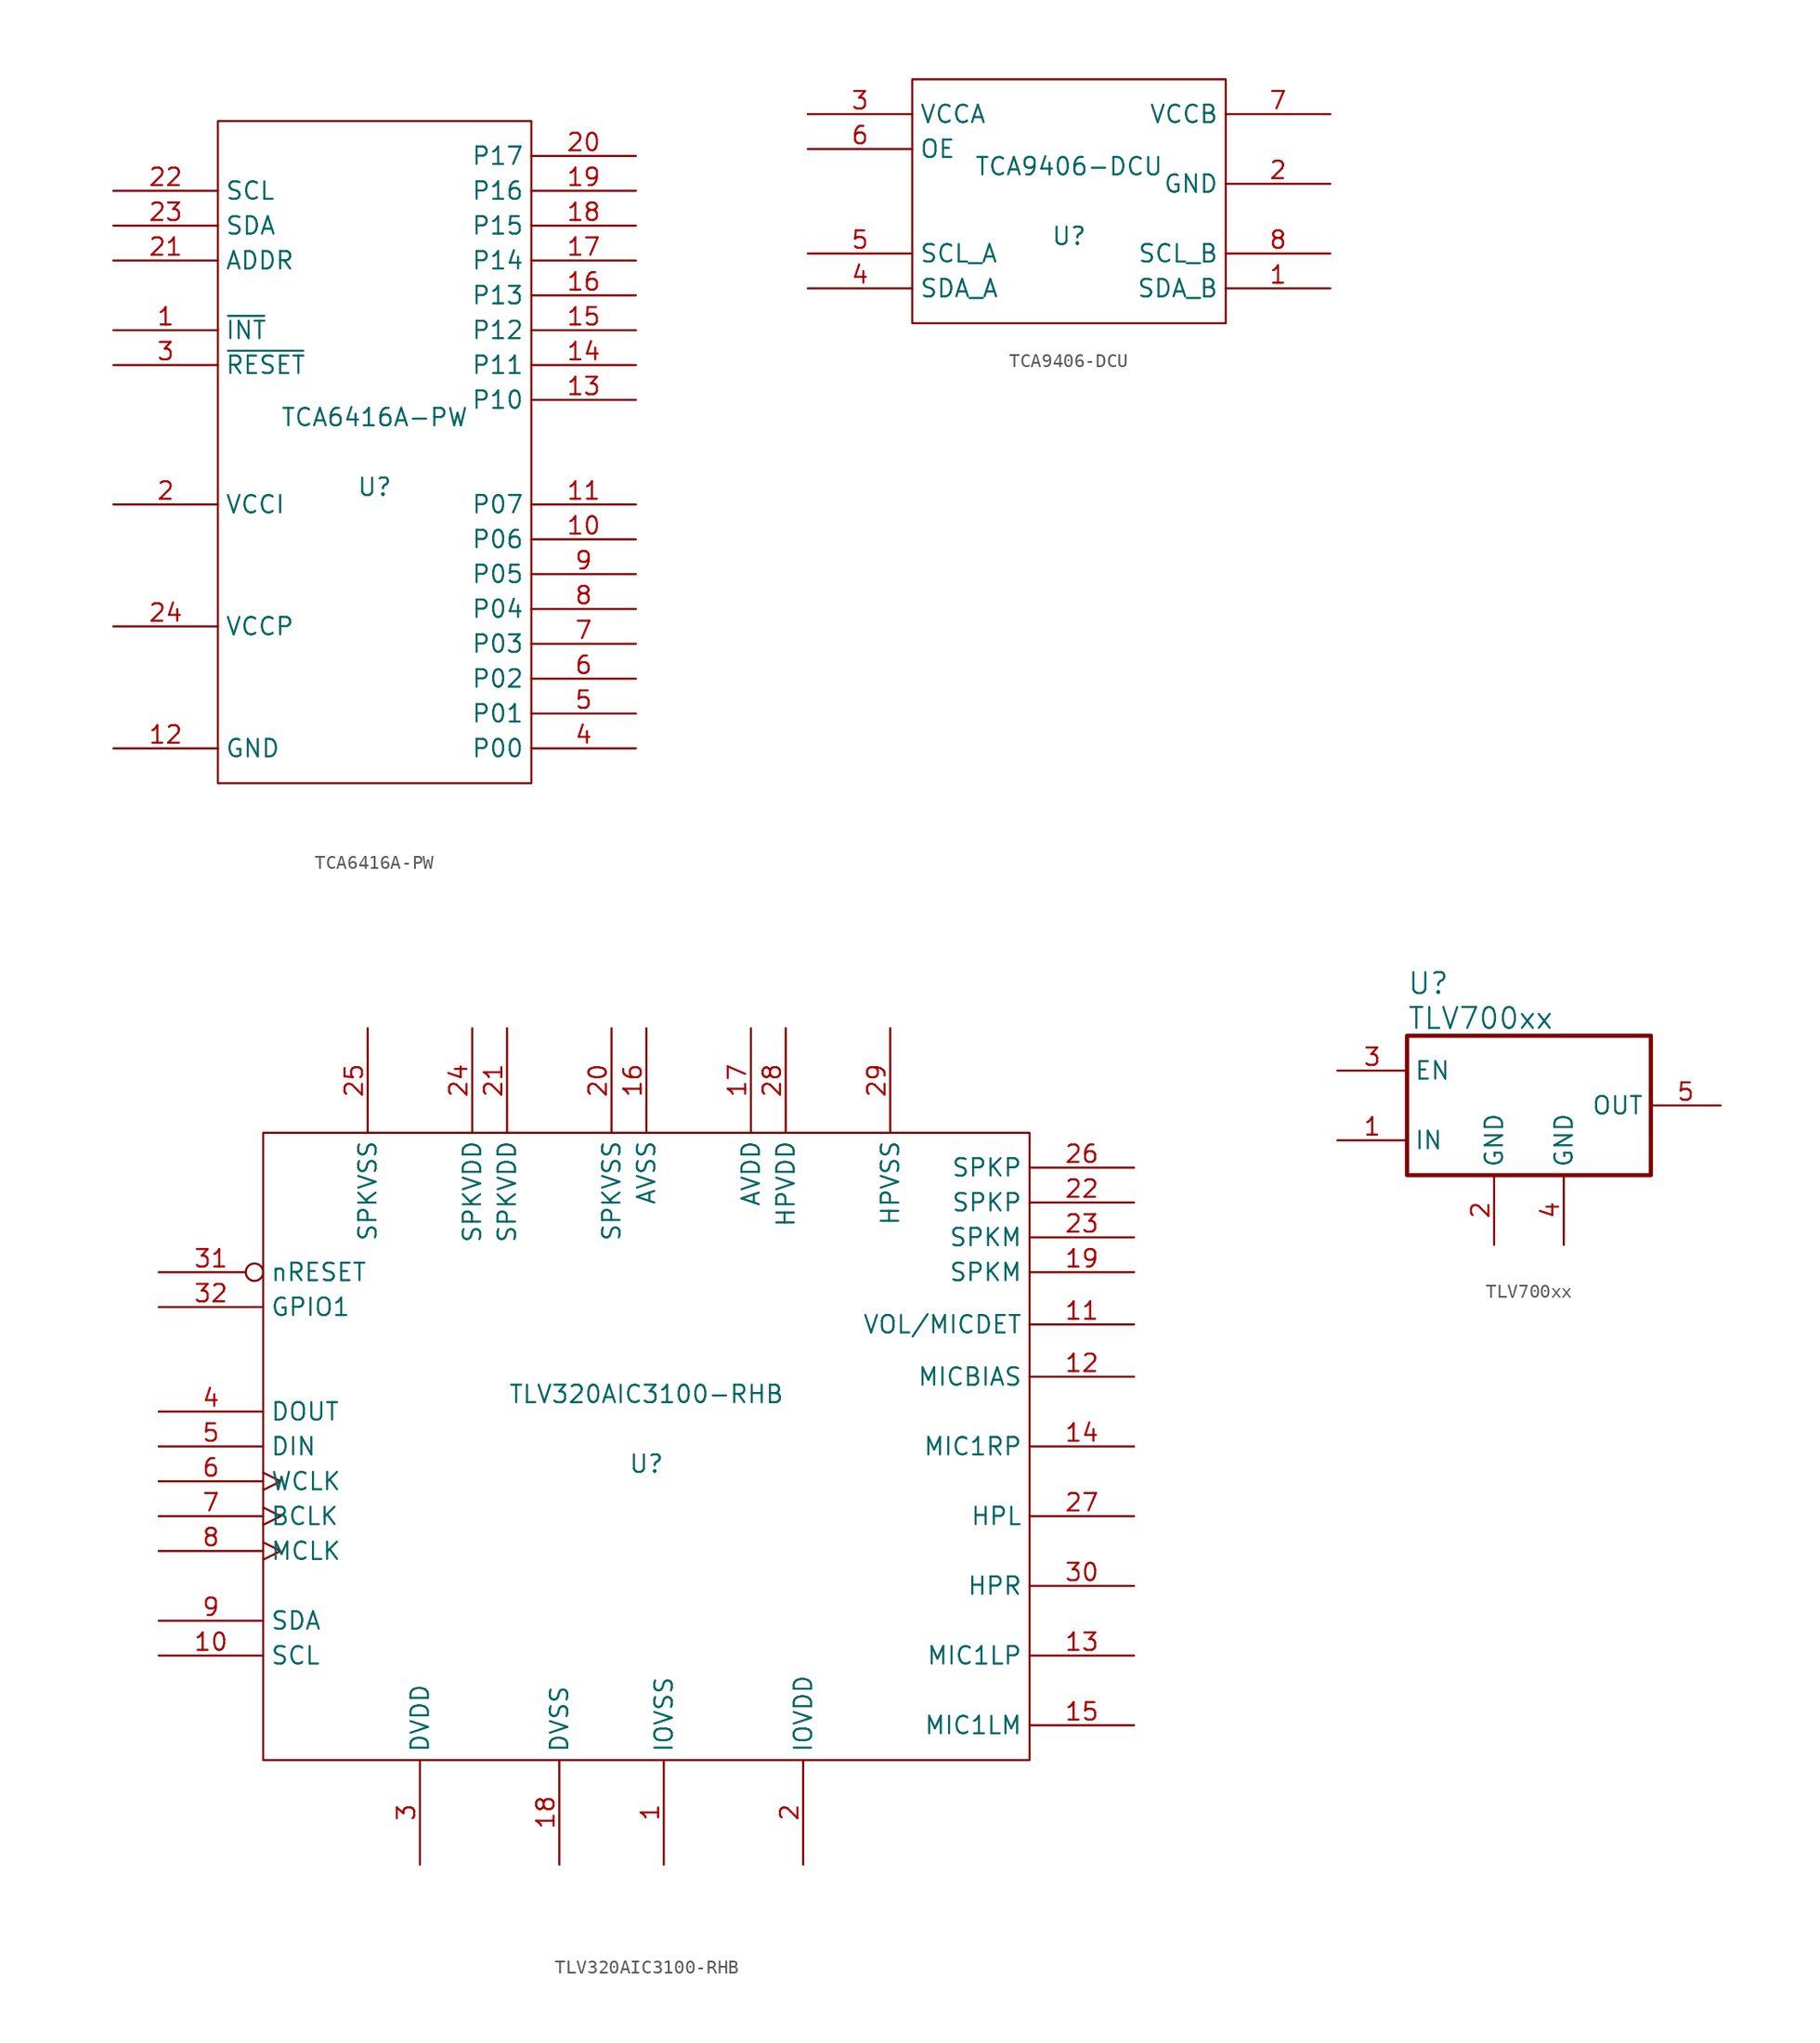
<source format=kicad_sym>
(kicad_symbol_lib
  (version 20200126)
  (host kicad_symbol_editor "(5.99.0-2195-g476558ece)")
  (symbol "ti:TCA6416A-PW"
    (property "Reference" "U"
      (at 0 -2.54 0)
      (effects (font (size 1.27 1.27))))
    (property "Value" "TCA6416A-PW"
      (at 0 2.54 0)
      (effects (font (size 1.27 1.27))))
    (symbol "TCA6416A-PW_1_0"
      (rectangle (start -11.43 -24.13) (end 11.43 24.13) (stroke (width 0)) (fill (type none))))
    (symbol "TCA6416A-PW_1_1"
      (pin output line (at -19.05 8.89 0) (length 7.62) (name "~INT" (effects (font (size 1.27 1.27)))) (number "1" (effects (font (size 1.27 1.27)))))
      (pin bidirectional line (at 19.05 -6.35 180) (length 7.62) (name "P06" (effects (font (size 1.27 1.27)))) (number "10" (effects (font (size 1.27 1.27)))))
      (pin bidirectional line (at 19.05 -3.81 180) (length 7.62) (name "P07" (effects (font (size 1.27 1.27)))) (number "11" (effects (font (size 1.27 1.27)))))
      (pin power_in line (at -19.05 -21.59 0) (length 7.62) (name "GND" (effects (font (size 1.27 1.27)))) (number "12" (effects (font (size 1.27 1.27)))))
      (pin bidirectional line (at 19.05 3.81 180) (length 7.62) (name "P10" (effects (font (size 1.27 1.27)))) (number "13" (effects (font (size 1.27 1.27)))))
      (pin bidirectional line (at 19.05 6.35 180) (length 7.62) (name "P11" (effects (font (size 1.27 1.27)))) (number "14" (effects (font (size 1.27 1.27)))))
      (pin bidirectional line (at 19.05 8.89 180) (length 7.62) (name "P12" (effects (font (size 1.27 1.27)))) (number "15" (effects (font (size 1.27 1.27)))))
      (pin bidirectional line (at 19.05 11.43 180) (length 7.62) (name "P13" (effects (font (size 1.27 1.27)))) (number "16" (effects (font (size 1.27 1.27)))))
      (pin bidirectional line (at 19.05 13.97 180) (length 7.62) (name "P14" (effects (font (size 1.27 1.27)))) (number "17" (effects (font (size 1.27 1.27)))))
      (pin bidirectional line (at 19.05 16.51 180) (length 7.62) (name "P15" (effects (font (size 1.27 1.27)))) (number "18" (effects (font (size 1.27 1.27)))))
      (pin bidirectional line (at 19.05 19.05 180) (length 7.62) (name "P16" (effects (font (size 1.27 1.27)))) (number "19" (effects (font (size 1.27 1.27)))))
      (pin power_in line (at -19.05 -3.81 0) (length 7.62) (name "VCCI" (effects (font (size 1.27 1.27)))) (number "2" (effects (font (size 1.27 1.27)))))
      (pin bidirectional line (at 19.05 21.59 180) (length 7.62) (name "P17" (effects (font (size 1.27 1.27)))) (number "20" (effects (font (size 1.27 1.27)))))
      (pin input line (at -19.05 13.97 0) (length 7.62) (name "ADDR" (effects (font (size 1.27 1.27)))) (number "21" (effects (font (size 1.27 1.27)))))
      (pin open_collector line (at -19.05 19.05 0) (length 7.62) (name "SCL" (effects (font (size 1.27 1.27)))) (number "22" (effects (font (size 1.27 1.27)))))
      (pin open_collector line (at -19.05 16.51 0) (length 7.62) (name "SDA" (effects (font (size 1.27 1.27)))) (number "23" (effects (font (size 1.27 1.27)))))
      (pin power_in line (at -19.05 -12.7 0) (length 7.62) (name "VCCP" (effects (font (size 1.27 1.27)))) (number "24" (effects (font (size 1.27 1.27)))))
      (pin input line (at -19.05 6.35 0) (length 7.62) (name "~RESET" (effects (font (size 1.27 1.27)))) (number "3" (effects (font (size 1.27 1.27)))))
      (pin bidirectional line (at 19.05 -21.59 180) (length 7.62) (name "P00" (effects (font (size 1.27 1.27)))) (number "4" (effects (font (size 1.27 1.27)))))
      (pin bidirectional line (at 19.05 -19.05 180) (length 7.62) (name "P01" (effects (font (size 1.27 1.27)))) (number "5" (effects (font (size 1.27 1.27)))))
      (pin bidirectional line (at 19.05 -16.51 180) (length 7.62) (name "P02" (effects (font (size 1.27 1.27)))) (number "6" (effects (font (size 1.27 1.27)))))
      (pin bidirectional line (at 19.05 -13.97 180) (length 7.62) (name "P03" (effects (font (size 1.27 1.27)))) (number "7" (effects (font (size 1.27 1.27)))))
      (pin bidirectional line (at 19.05 -11.43 180) (length 7.62) (name "P04" (effects (font (size 1.27 1.27)))) (number "8" (effects (font (size 1.27 1.27)))))
      (pin bidirectional line (at 19.05 -8.89 180) (length 7.62) (name "P05" (effects (font (size 1.27 1.27)))) (number "9" (effects (font (size 1.27 1.27)))))))
  (symbol "ti:TCA9406-DCU"
    (property "Reference" "U"
      (at 0 -2.54 0)
      (effects (font (size 1.27 1.27))))
    (property "Value" "TCA9406-DCU"
      (at 0 2.54 0)
      (effects (font (size 1.27 1.27))))
    (symbol "TCA9406-DCU_1_0"
      (rectangle (start -11.43 -8.89) (end 11.43 8.89) (stroke (width 0)) (fill (type none))))
    (symbol "TCA9406-DCU_1_1"
      (pin bidirectional line (at 19.05 -6.35 180) (length 7.62) (name "SDA_B" (effects (font (size 1.27 1.27)))) (number "1" (effects (font (size 1.27 1.27)))))
      (pin power_in line (at 19.05 1.27 180) (length 7.62) (name "GND" (effects (font (size 1.27 1.27)))) (number "2" (effects (font (size 1.27 1.27)))))
      (pin power_in line (at -19.05 6.35 0) (length 7.62) (name "VCCA" (effects (font (size 1.27 1.27)))) (number "3" (effects (font (size 1.27 1.27)))))
      (pin bidirectional line (at -19.05 -6.35 0) (length 7.62) (name "SDA_A" (effects (font (size 1.27 1.27)))) (number "4" (effects (font (size 1.27 1.27)))))
      (pin bidirectional line (at -19.05 -3.81 0) (length 7.62) (name "SCL_A" (effects (font (size 1.27 1.27)))) (number "5" (effects (font (size 1.27 1.27)))))
      (pin input line (at -19.05 3.81 0) (length 7.62) (name "OE" (effects (font (size 1.27 1.27)))) (number "6" (effects (font (size 1.27 1.27)))))
      (pin power_in line (at 19.05 6.35 180) (length 7.62) (name "VCCB" (effects (font (size 1.27 1.27)))) (number "7" (effects (font (size 1.27 1.27)))))
      (pin bidirectional line (at 19.05 -3.81 180) (length 7.62) (name "SCL_B" (effects (font (size 1.27 1.27)))) (number "8" (effects (font (size 1.27 1.27)))))))
  (symbol "ti:TLV320AIC3100-RHB"
    (property "Reference" "U"
      (at 0 -1.27 0)
      (effects (font (size 1.27 1.27))))
    (property "Value" "TLV320AIC3100-RHB"
      (at 0 3.81 0)
      (effects (font (size 1.27 1.27))))
    (symbol "TLV320AIC3100-RHB_0_1"
      (rectangle (start -27.94 22.86) (end 27.94 -22.86) (stroke (width 0)) (fill (type none))))
    (symbol "TLV320AIC3100-RHB_1_1"
      (pin power_in line (at 1.27 -30.48 90) (length 7.62) (name "IOVSS" (effects (font (size 1.27 1.27)))) (number "1" (effects (font (size 1.27 1.27)))))
      (pin bidirectional line (at -35.56 -15.24 0) (length 7.62) (name "SCL" (effects (font (size 1.27 1.27)))) (number "10" (effects (font (size 1.27 1.27)))))
      (pin input line (at 35.56 8.89 180) (length 7.62) (name "VOL/MICDET" (effects (font (size 1.27 1.27)))) (number "11" (effects (font (size 1.27 1.27)))))
      (pin output line (at 35.56 5.08 180) (length 7.62) (name "MICBIAS" (effects (font (size 1.27 1.27)))) (number "12" (effects (font (size 1.27 1.27)))))
      (pin input line (at 35.56 -15.24 180) (length 7.62) (name "MIC1LP" (effects (font (size 1.27 1.27)))) (number "13" (effects (font (size 1.27 1.27)))))
      (pin input line (at 35.56 0 180) (length 7.62) (name "MIC1RP" (effects (font (size 1.27 1.27)))) (number "14" (effects (font (size 1.27 1.27)))))
      (pin input line (at 35.56 -20.32 180) (length 7.62) (name "MIC1LM" (effects (font (size 1.27 1.27)))) (number "15" (effects (font (size 1.27 1.27)))))
      (pin power_in line (at 0 30.48 270) (length 7.62) (name "AVSS" (effects (font (size 1.27 1.27)))) (number "16" (effects (font (size 1.27 1.27)))))
      (pin power_in line (at 7.62 30.48 270) (length 7.62) (name "AVDD" (effects (font (size 1.27 1.27)))) (number "17" (effects (font (size 1.27 1.27)))))
      (pin power_in line (at -6.35 -30.48 90) (length 7.62) (name "DVSS" (effects (font (size 1.27 1.27)))) (number "18" (effects (font (size 1.27 1.27)))))
      (pin output line (at 35.56 12.7 180) (length 7.62) (name "SPKM" (effects (font (size 1.27 1.27)))) (number "19" (effects (font (size 1.27 1.27)))))
      (pin power_in line (at 11.43 -30.48 90) (length 7.62) (name "IOVDD" (effects (font (size 1.27 1.27)))) (number "2" (effects (font (size 1.27 1.27)))))
      (pin power_in line (at -2.54 30.48 270) (length 7.62) (name "SPKVSS" (effects (font (size 1.27 1.27)))) (number "20" (effects (font (size 1.27 1.27)))))
      (pin power_in line (at -10.16 30.48 270) (length 7.62) (name "SPKVDD" (effects (font (size 1.27 1.27)))) (number "21" (effects (font (size 1.27 1.27)))))
      (pin output line (at 35.56 17.78 180) (length 7.62) (name "SPKP" (effects (font (size 1.27 1.27)))) (number "22" (effects (font (size 1.27 1.27)))))
      (pin output line (at 35.56 15.24 180) (length 7.62) (name "SPKM" (effects (font (size 1.27 1.27)))) (number "23" (effects (font (size 1.27 1.27)))))
      (pin power_in line (at -12.7 30.48 270) (length 7.62) (name "SPKVDD" (effects (font (size 1.27 1.27)))) (number "24" (effects (font (size 1.27 1.27)))))
      (pin power_in line (at -20.32 30.48 270) (length 7.62) (name "SPKVSS" (effects (font (size 1.27 1.27)))) (number "25" (effects (font (size 1.27 1.27)))))
      (pin output line (at 35.56 20.32 180) (length 7.62) (name "SPKP" (effects (font (size 1.27 1.27)))) (number "26" (effects (font (size 1.27 1.27)))))
      (pin output line (at 35.56 -5.08 180) (length 7.62) (name "HPL" (effects (font (size 1.27 1.27)))) (number "27" (effects (font (size 1.27 1.27)))))
      (pin power_in line (at 10.16 30.48 270) (length 7.62) (name "HPVDD" (effects (font (size 1.27 1.27)))) (number "28" (effects (font (size 1.27 1.27)))))
      (pin power_in line (at 17.78 30.48 270) (length 7.62) (name "HPVSS" (effects (font (size 1.27 1.27)))) (number "29" (effects (font (size 1.27 1.27)))))
      (pin power_in line (at -16.51 -30.48 90) (length 7.62) (name "DVDD" (effects (font (size 1.27 1.27)))) (number "3" (effects (font (size 1.27 1.27)))))
      (pin output line (at 35.56 -10.16 180) (length 7.62) (name "HPR" (effects (font (size 1.27 1.27)))) (number "30" (effects (font (size 1.27 1.27)))))
      (pin input inverted (at -35.56 12.7 0) (length 7.62) (name "nRESET" (effects (font (size 1.27 1.27)))) (number "31" (effects (font (size 1.27 1.27)))))
      (pin bidirectional line (at -35.56 10.16 0) (length 7.62) (name "GPIO1" (effects (font (size 1.27 1.27)))) (number "32" (effects (font (size 1.27 1.27)))))
      (pin output line (at -35.56 2.54 0) (length 7.62) (name "DOUT" (effects (font (size 1.27 1.27)))) (number "4" (effects (font (size 1.27 1.27)))))
      (pin input line (at -35.56 0 0) (length 7.62) (name "DIN" (effects (font (size 1.27 1.27)))) (number "5" (effects (font (size 1.27 1.27)))))
      (pin bidirectional clock (at -35.56 -2.54 0) (length 7.62) (name "WCLK" (effects (font (size 1.27 1.27)))) (number "6" (effects (font (size 1.27 1.27)))))
      (pin bidirectional clock (at -35.56 -5.08 0) (length 7.62) (name "BCLK" (effects (font (size 1.27 1.27)))) (number "7" (effects (font (size 1.27 1.27)))))
      (pin input clock (at -35.56 -7.62 0) (length 7.62) (name "MCLK" (effects (font (size 1.27 1.27)))) (number "8" (effects (font (size 1.27 1.27)))))
      (pin bidirectional line (at -35.56 -12.7 0) (length 7.62) (name "SDA" (effects (font (size 1.27 1.27)))) (number "9" (effects (font (size 1.27 1.27)))))))
  (symbol "ti:TLV700xx"
    (property "Reference" "U"
      (at -8.89 8.89 0)
      (effects (font (size 1.524 1.524)) (justify left)))
    (property "Value" "TLV700xx"
      (at -8.89 6.35 0)
      (effects (font (size 1.524 1.524)) (justify left)))
    (property "Footprint" ""
      (at -13.97 2.54 0)
      (effects (font (size 1.524 1.524))))
    (property "Datasheet" ""
      (at -13.97 2.54 0)
      (effects (font (size 1.524 1.524))))
    (property "ki_locked" ""
      (at 0 0 0)
      (effects (font (size 1.27 1.27))))
    (symbol "TLV700xx_1_1"
      (rectangle (start -8.89 5.08) (end 8.89 -5.08) (stroke (width 0.305)) (fill (type none)))
      (pin power_in line (at -13.97 -2.54 0) (length 5.08) (name "IN" (effects (font (size 1.27 1.27)))) (number "1" (effects (font (size 1.27 1.27)))))
      (pin power_in line (at -2.54 -10.16 90) (length 5.08) (name "GND" (effects (font (size 1.27 1.27)))) (number "2" (effects (font (size 1.27 1.27)))))
      (pin input line (at -13.97 2.54 0) (length 5.08) (name "EN" (effects (font (size 1.27 1.27)))) (number "3" (effects (font (size 1.27 1.27)))))
      (pin power_in line (at 2.54 -10.16 90) (length 5.08) (name "GND" (effects (font (size 1.27 1.27)))) (number "4" (effects (font (size 1.27 1.27)))))
      (pin power_out line (at 13.97 0 180) (length 5.08) (name "OUT" (effects (font (size 1.27 1.27)))) (number "5" (effects (font (size 1.27 1.27))))))))
</source>
